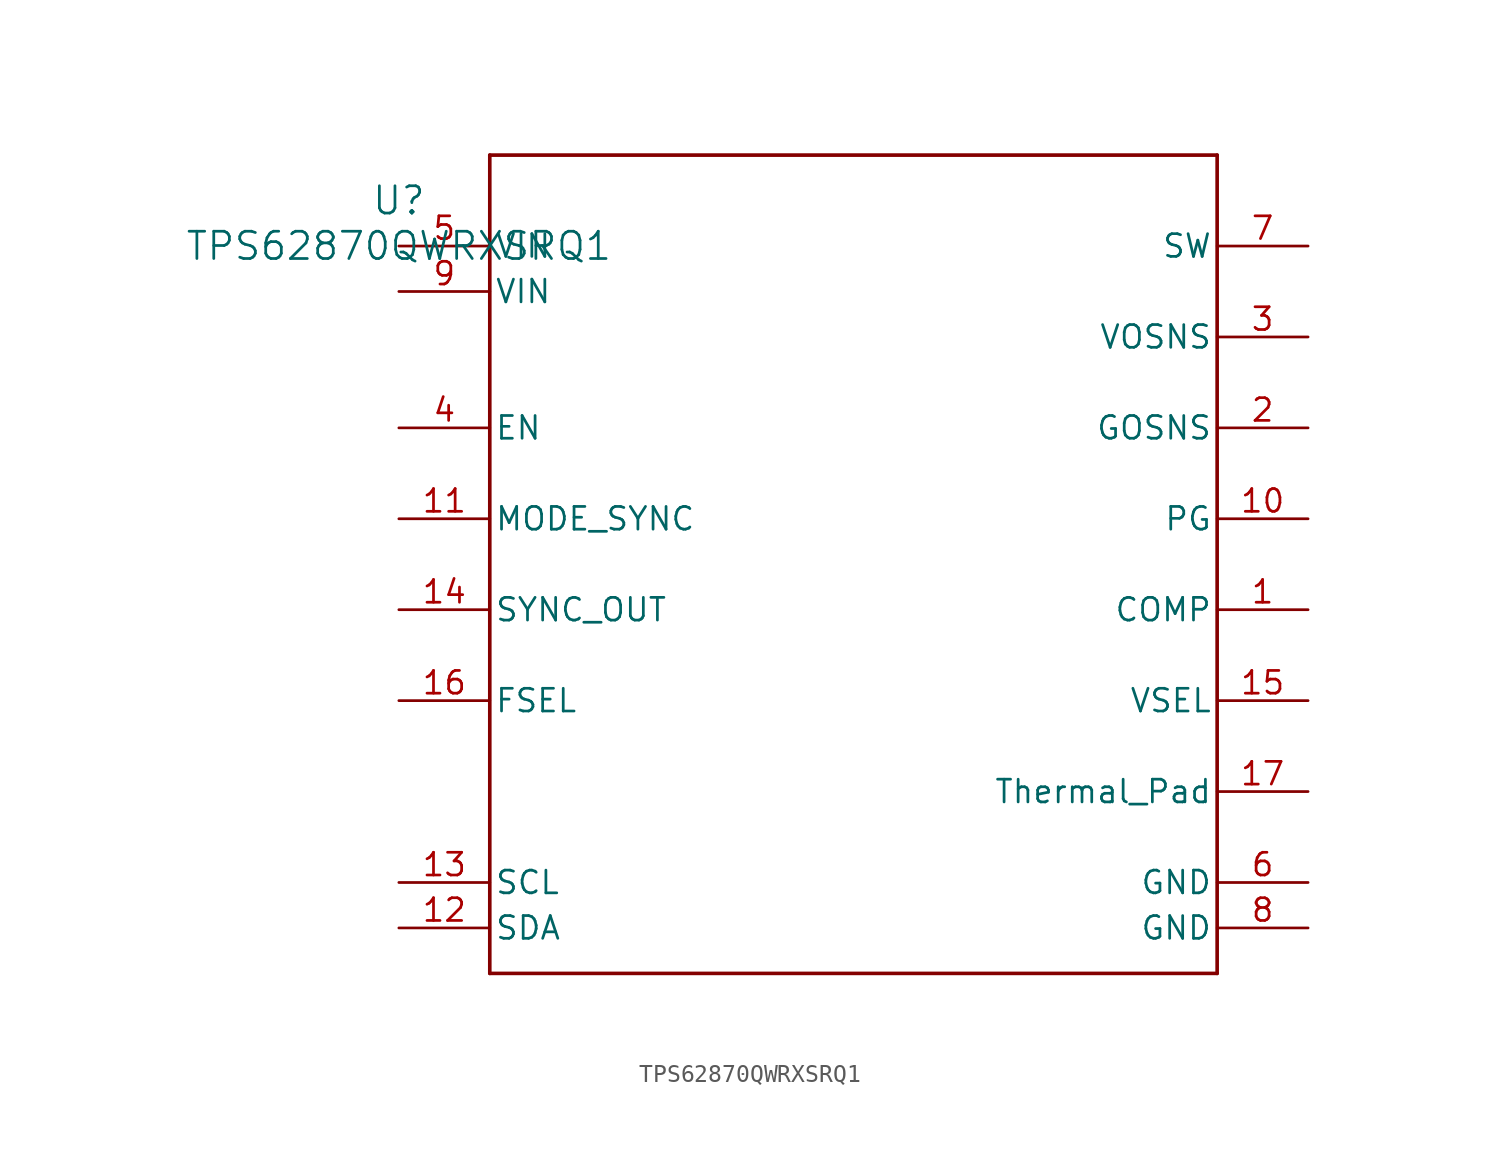
<source format=kicad_sym>
(kicad_symbol_lib
  (version 20211014)
  (generator kicad_symbol_editor)
  (symbol "TPS62870QWRXSRQ1"
    (pin_names
      (offset 0.254))
    (property "Reference" "U"
      (at 0 2.54 0)
      (effects (font (size 1.524 1.524))))
    (property "Value" "TPS62870QWRXSRQ1"
      (at 0 0 0)
      (effects (font (size 1.524 1.524))))
    (symbol "TPS62870QWRXSRQ1_0_1"
      (polyline (pts (xy 5.08 -40.64) (xy 45.72 -40.64)) (stroke (width 0.203) (type default) (color 0 0 0 0)) (fill (type none)))
      (polyline (pts (xy 45.72 -40.64) (xy 45.72 5.08)) (stroke (width 0.203) (type default) (color 0 0 0 0)) (fill (type none)))
      (polyline (pts (xy 45.72 5.08) (xy 5.08 5.08)) (stroke (width 0.203) (type default) (color 0 0 0 0)) (fill (type none)))
      (polyline (pts (xy 5.08 5.08) (xy 5.08 -40.64)) (stroke (width 0.203) (type default) (color 0 0 0 0)) (fill (type none)))
      (pin unspecified line (at 50.8 -20.32 180) (length 5.08) (name "COMP" (effects (font (size 1.27 1.27)))) (number "1" (effects (font (size 1.27 1.27)))))
      (pin unspecified line (at 50.8 -10.16 180) (length 5.08) (name "GOSNS" (effects (font (size 1.27 1.27)))) (number "2" (effects (font (size 1.27 1.27)))))
      (pin unspecified line (at 50.8 -5.08 180) (length 5.08) (name "VOSNS" (effects (font (size 1.27 1.27)))) (number "3" (effects (font (size 1.27 1.27)))))
      (pin input line (at 0 -10.16 0) (length 5.08) (name "EN" (effects (font (size 1.27 1.27)))) (number "4" (effects (font (size 1.27 1.27)))))
      (pin power_in line (at 0 0 0) (length 5.08) (name "VIN" (effects (font (size 1.27 1.27)))) (number "5" (effects (font (size 1.27 1.27)))))
      (pin power_in line (at 50.8 -35.56 180) (length 5.08) (name "GND" (effects (font (size 1.27 1.27)))) (number "6" (effects (font (size 1.27 1.27)))))
      (pin unspecified line (at 50.8 0 180) (length 5.08) (name "SW" (effects (font (size 1.27 1.27)))) (number "7" (effects (font (size 1.27 1.27)))))
      (pin power_in line (at 50.8 -38.1 180) (length 5.08) (name "GND" (effects (font (size 1.27 1.27)))) (number "8" (effects (font (size 1.27 1.27)))))
      (pin power_in line (at 0 -2.54 0) (length 5.08) (name "VIN" (effects (font (size 1.27 1.27)))) (number "9" (effects (font (size 1.27 1.27)))))
      (pin open_collector line (at 50.8 -15.24 180) (length 5.08) (name "PG" (effects (font (size 1.27 1.27)))) (number "10" (effects (font (size 1.27 1.27)))))
      (pin input line (at 0 -15.24 0) (length 5.08) (name "MODE_SYNC" (effects (font (size 1.27 1.27)))) (number "11" (effects (font (size 1.27 1.27)))))
      (pin bidirectional line (at 0 -38.1 0) (length 5.08) (name "SDA" (effects (font (size 1.27 1.27)))) (number "12" (effects (font (size 1.27 1.27)))))
      (pin bidirectional line (at 0 -35.56 0) (length 5.08) (name "SCL" (effects (font (size 1.27 1.27)))) (number "13" (effects (font (size 1.27 1.27)))))
      (pin output line (at 0 -20.32 0) (length 5.08) (name "SYNC_OUT" (effects (font (size 1.27 1.27)))) (number "14" (effects (font (size 1.27 1.27)))))
      (pin unspecified line (at 50.8 -25.4 180) (length 5.08) (name "VSEL" (effects (font (size 1.27 1.27)))) (number "15" (effects (font (size 1.27 1.27)))))
      (pin unspecified line (at 0 -25.4 0) (length 5.08) (name "FSEL" (effects (font (size 1.27 1.27)))) (number "16" (effects (font (size 1.27 1.27)))))
      (pin power_in line (at 50.8 -30.48 180) (length 5.08) (name "Thermal_Pad" (effects (font (size 1.27 1.27)))) (number "17" (effects (font (size 1.27 1.27))))))))
</source>
